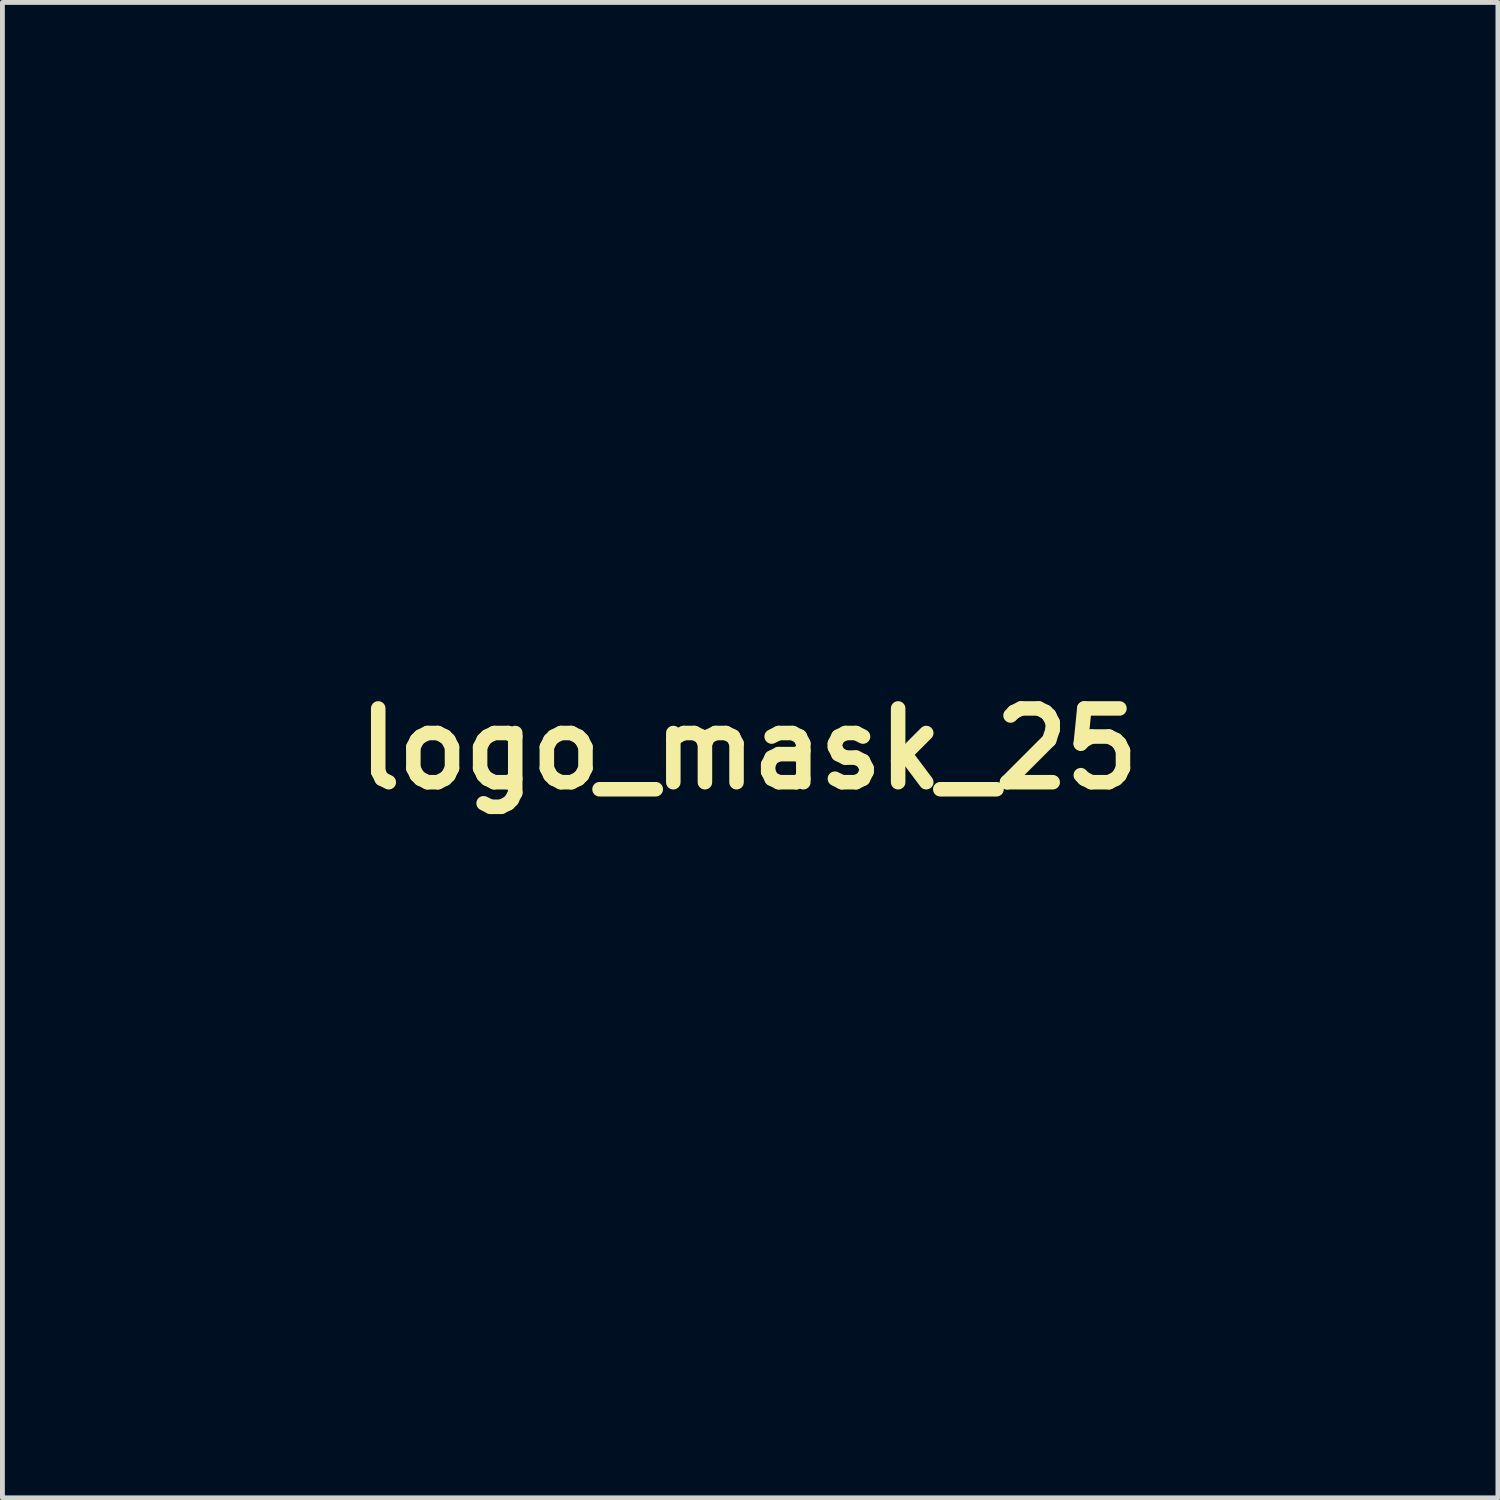
<source format=kicad_pcb>
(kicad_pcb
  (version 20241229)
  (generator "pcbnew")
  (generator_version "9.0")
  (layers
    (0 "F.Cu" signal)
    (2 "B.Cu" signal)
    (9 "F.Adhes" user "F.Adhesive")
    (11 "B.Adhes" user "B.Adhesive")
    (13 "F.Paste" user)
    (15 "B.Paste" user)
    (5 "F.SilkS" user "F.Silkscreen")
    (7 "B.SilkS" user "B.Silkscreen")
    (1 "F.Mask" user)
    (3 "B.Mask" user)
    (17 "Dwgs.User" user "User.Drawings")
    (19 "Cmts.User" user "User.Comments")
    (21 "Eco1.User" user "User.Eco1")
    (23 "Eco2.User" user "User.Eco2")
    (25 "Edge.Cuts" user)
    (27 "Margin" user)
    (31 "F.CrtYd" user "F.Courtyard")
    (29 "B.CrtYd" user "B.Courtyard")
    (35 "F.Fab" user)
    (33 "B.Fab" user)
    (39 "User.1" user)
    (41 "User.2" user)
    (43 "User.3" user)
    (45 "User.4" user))
  (footprint "logo_mask_25"
    (layer "F.Cu")
    (at 12.42 12.42)
    (property "Reference" "logo_mask_25" (at 0 0 0) (layer "F.SilkS") (effects (font (size 1.524 1.524) (thickness 0.3))))
    (attr through_hole)
    (fp_poly (pts (xy -2.279 -10.091) (xy -2.079 -9.944) (xy -1.967 -9.818) (xy -1.912 -9.699) (xy -1.895 -9.538) (xy -1.894 -9.46) (xy -1.894 -9.161) (xy -0.75 -8.021) (xy 4.093 -8.021) (xy 7.241 -4.875) (xy 7.241 -1.915) (xy 7.409 -1.754) (xy 7.575 -1.535) (xy 7.649 -1.302) (xy 7.642 -1.072) (xy 7.564 -0.861) (xy 7.429 -0.685) (xy 7.247 -0.559) (xy 7.03 -0.5) (xy 6.789 -0.523) (xy 6.583 -0.614) (xy 6.39 -0.791) (xy 6.281 -1.017) (xy 6.265 -1.203) (xy 6.708 -1.203) (xy 6.734 -1.126) (xy 6.792 -1.062) (xy 6.89 -0.973) (xy 6.963 -0.954) (xy 7.062 -0.996) (xy 7.078 -1.005) (xy 7.167 -1.102) (xy 7.181 -1.229) (xy 7.133 -1.351) (xy 7.036 -1.43) (xy 6.93 -1.439) (xy 6.829 -1.381) (xy 6.756 -1.299) (xy 6.708 -1.203) (xy 6.265 -1.203) (xy 6.26 -1.266) (xy 6.329 -1.512) (xy 6.459 -1.697) (xy 6.629 -1.871) (xy 6.629 -4.596) (xy 3.815 -7.408) (xy -1.032 -7.408) (xy -1.699 -8.077) (xy -1.958 -8.333) (xy -2.155 -8.518) (xy -2.301 -8.641) (xy -2.408 -8.712) (xy -2.491 -8.742) (xy -2.521 -8.745) (xy -2.795 -8.793) (xy -3.018 -8.921) (xy -3.18 -9.111) (xy -3.268 -9.341) (xy -3.269 -9.413) (xy -2.807 -9.413) (xy -2.783 -9.355) (xy -2.685 -9.271) (xy -2.549 -9.26) (xy -2.42 -9.318) (xy -2.373 -9.372) (xy -2.346 -9.499) (xy -2.411 -9.611) (xy -2.549 -9.677) (xy -2.578 -9.682) (xy -2.72 -9.654) (xy -2.802 -9.554) (xy -2.807 -9.413) (xy -3.269 -9.413) (xy -3.271 -9.593) (xy -3.176 -9.845) (xy -3.174 -9.849) (xy -2.997 -10.044) (xy -2.773 -10.15) (xy -2.526 -10.167) (xy -2.279 -10.091)) (stroke (width 0.01) (type solid)) (fill yes) (layer "F.Mask"))
    (fp_poly (pts (xy 0.985 -10.709) (xy 1.204 -10.595) (xy 1.342 -10.435) (xy 1.411 -10.305) (xy 4.54 -10.305) (xy 9.302 -5.542) (xy 9.302 -3.829) (xy 9.497 -3.613) (xy 9.624 -3.451) (xy 9.681 -3.305) (xy 9.692 -3.17) (xy 9.644 -2.9) (xy 9.511 -2.682) (xy 9.317 -2.529) (xy 9.079 -2.451) (xy 8.821 -2.462) (xy 8.621 -2.538) (xy 8.44 -2.693) (xy 8.333 -2.905) (xy 8.302 -3.146) (xy 8.302 -3.147) (xy 8.745 -3.147) (xy 8.79 -3.037) (xy 8.89 -2.938) (xy 8.996 -2.896) (xy 9.094 -2.933) (xy 9.159 -2.984) (xy 9.23 -3.087) (xy 9.246 -3.147) (xy 9.202 -3.257) (xy 9.101 -3.356) (xy 8.996 -3.398) (xy 8.886 -3.353) (xy 8.786 -3.253) (xy 8.745 -3.147) (xy 8.302 -3.147) (xy 8.346 -3.388) (xy 8.466 -3.605) (xy 8.589 -3.721) (xy 8.631 -3.764) (xy 8.659 -3.833) (xy 8.676 -3.947) (xy 8.686 -4.127) (xy 8.689 -4.392) (xy 8.689 -4.529) (xy 8.689 -5.264) (xy 6.489 -7.464) (xy 4.289 -9.664) (xy 2.863 -9.683) (xy 2.427 -9.689) (xy 2.088 -9.691) (xy 1.833 -9.69) (xy 1.648 -9.685) (xy 1.519 -9.674) (xy 1.432 -9.658) (xy 1.373 -9.634) (xy 1.33 -9.603) (xy 1.318 -9.593) (xy 1.092 -9.432) (xy 0.855 -9.363) (xy 0.75 -9.358) (xy 0.482 -9.407) (xy 0.267 -9.546) (xy 0.121 -9.759) (xy 0.057 -10.031) (xy 0.057 -10.05) (xy 0.501 -10.05) (xy 0.545 -9.944) (xy 0.645 -9.846) (xy 0.752 -9.804) (xy 0.85 -9.84) (xy 0.915 -9.891) (xy 0.986 -9.994) (xy 1.003 -10.054) (xy 0.962 -10.158) (xy 0.869 -10.257) (xy 0.77 -10.305) (xy 0.766 -10.305) (xy 0.668 -10.264) (xy 0.566 -10.171) (xy 0.505 -10.072) (xy 0.501 -10.05) (xy 0.057 -10.05) (xy 0.056 -10.083) (xy 0.069 -10.24) (xy 0.124 -10.365) (xy 0.243 -10.505) (xy 0.272 -10.534) (xy 0.419 -10.666) (xy 0.543 -10.731) (xy 0.691 -10.75) (xy 0.723 -10.75) (xy 0.985 -10.709)) (stroke (width 0.01) (type solid)) (fill yes) (layer "F.Mask"))
    (fp_poly (pts (xy 4.67 3.69) (xy 4.795 3.745) (xy 4.935 3.864) (xy 4.964 3.893) (xy 5.096 4.039) (xy 5.161 4.164) (xy 5.18 4.312) (xy 5.18 4.344) (xy 5.134 4.616) (xy 5.007 4.839) (xy 4.815 4.996) (xy 4.575 5.067) (xy 4.522 5.069) (xy 4.444 5.086) (xy 4.344 5.144) (xy 4.215 5.248) (xy 4.048 5.407) (xy 3.838 5.627) (xy 3.575 5.917) (xy 3.253 6.284) (xy 3.112 6.445) (xy 2.813 6.791) (xy 1.149 6.793) (xy -0.516 6.796) (xy -0.731 6.991) (xy -0.889 7.115) (xy -1.029 7.172) (xy -1.184 7.183) (xy -1.372 7.163) (xy -1.538 7.115) (xy -1.566 7.102) (xy -1.761 6.937) (xy -1.87 6.703) (xy -1.891 6.512) (xy -1.449 6.512) (xy -1.404 6.635) (xy -1.351 6.68) (xy -1.222 6.733) (xy -1.117 6.703) (xy -1.049 6.648) (xy -0.959 6.53) (xy -0.974 6.418) (xy -1.059 6.322) (xy -1.164 6.254) (xy -1.276 6.27) (xy -1.309 6.284) (xy -1.416 6.381) (xy -1.449 6.512) (xy -1.891 6.512) (xy -1.894 6.489) (xy -1.848 6.207) (xy -1.716 5.992) (xy -1.505 5.852) (xy -1.224 5.794) (xy -1.173 5.793) (xy -1.005 5.812) (xy -0.858 5.885) (xy -0.731 5.988) (xy -0.516 6.183) (xy 0.062 6.183) (xy 0.325 6.18) (xy 0.663 6.174) (xy 1.04 6.164) (xy 1.422 6.153) (xy 1.599 6.146) (xy 2.557 6.11) (xy 3.188 5.401) (xy 3.418 5.142) (xy 3.583 4.95) (xy 3.695 4.811) (xy 3.762 4.707) (xy 3.794 4.624) (xy 3.803 4.546) (xy 3.797 4.458) (xy 3.797 4.452) (xy 3.803 4.373) (xy 4.233 4.373) (xy 4.27 4.47) (xy 4.321 4.536) (xy 4.423 4.607) (xy 4.484 4.623) (xy 4.582 4.587) (xy 4.647 4.536) (xy 4.718 4.433) (xy 4.735 4.373) (xy 4.698 4.275) (xy 4.647 4.209) (xy 4.545 4.138) (xy 4.484 4.122) (xy 4.386 4.158) (xy 4.321 4.209) (xy 4.25 4.312) (xy 4.233 4.373) (xy 3.803 4.373) (xy 3.818 4.169) (xy 3.932 3.938) (xy 4.124 3.772) (xy 4.383 3.686) (xy 4.513 3.676) (xy 4.67 3.69)) (stroke (width 0.01) (type solid)) (fill yes) (layer "F.Mask"))
    (fp_poly (pts (xy 3.398 -3.146) (xy 3.398 -1.085) (xy 2.715 -0.403) (xy 2.032 0.279) (xy 1.129 0.279) (xy 0.792 0.279) (xy 0.549 0.283) (xy 0.383 0.292) (xy 0.278 0.308) (xy 0.216 0.332) (xy 0.18 0.368) (xy 0.167 0.389) (xy 0.041 0.524) (xy -0.156 0.623) (xy -0.384 0.668) (xy -0.418 0.668) (xy -0.696 0.621) (xy -0.911 0.486) (xy -1.053 0.274) (xy -1.113 -0.006) (xy -1.113 -0.028) (xy -0.668 -0.028) (xy -0.632 0.07) (xy -0.581 0.135) (xy -0.478 0.206) (xy -0.418 0.223) (xy -0.32 0.186) (xy -0.255 0.135) (xy -0.184 0.033) (xy -0.167 -0.028) (xy -0.204 -0.126) (xy -0.255 -0.191) (xy -0.357 -0.262) (xy -0.418 -0.279) (xy -0.516 -0.242) (xy -0.581 -0.191) (xy -0.652 -0.088) (xy -0.668 -0.028) (xy -1.113 -0.028) (xy -1.114 -0.059) (xy -1.1 -0.215) (xy -1.044 -0.341) (xy -0.924 -0.482) (xy -0.898 -0.508) (xy -0.755 -0.638) (xy -0.634 -0.702) (xy -0.487 -0.723) (xy -0.424 -0.724) (xy -0.247 -0.71) (xy -0.108 -0.653) (xy 0.046 -0.531) (xy 0.048 -0.529) (xy 0.264 -0.334) (xy 1.757 -0.334) (xy 2.785 -1.367) (xy 2.785 -2.871) (xy 2.269 -3.385) (xy 1.753 -3.899) (xy -1.98 -3.899) (xy -2.494 -3.383) (xy -3.008 -2.867) (xy -3.008 2.815) (xy -2.492 3.329) (xy -1.975 3.843) (xy 1.758 3.843) (xy 2.132 3.466) (xy 2.507 3.089) (xy 2.507 2.764) (xy 2.509 2.705) (xy 2.956 2.705) (xy 2.988 2.852) (xy 3.04 2.92) (xy 3.167 3) (xy 3.285 2.97) (xy 3.376 2.867) (xy 3.435 2.761) (xy 3.426 2.688) (xy 3.369 2.617) (xy 3.229 2.52) (xy 3.089 2.525) (xy 3.019 2.573) (xy 2.956 2.705) (xy 2.509 2.705) (xy 2.513 2.57) (xy 2.545 2.442) (xy 2.617 2.333) (xy 2.696 2.25) (xy 2.829 2.133) (xy 2.955 2.077) (xy 3.126 2.061) (xy 3.167 2.061) (xy 3.363 2.074) (xy 3.507 2.128) (xy 3.645 2.232) (xy 3.816 2.445) (xy 3.89 2.679) (xy 3.875 2.915) (xy 3.776 3.133) (xy 3.6 3.31) (xy 3.354 3.427) (xy 3.266 3.448) (xy 3.144 3.477) (xy 3.034 3.523) (xy 2.917 3.601) (xy 2.772 3.726) (xy 2.578 3.912) (xy 2.485 4.005) (xy 1.975 4.512) (xy -2.258 4.512) (xy -3.621 3.146) (xy -3.621 -3.149) (xy -2.254 -4.512) (xy 2.035 -4.512) (xy 3.398 -3.146)) (stroke (width 0.01) (type solid)) (fill yes) (layer "F.Mask"))
    (fp_poly (pts (xy 0.72 -12.405) (xy 1.886 -12.285) (xy 3.043 -12.055) (xy 3.977 -11.786) (xy 5.043 -11.377) (xy 6.062 -10.871) (xy 7.029 -10.273) (xy 7.937 -9.591) (xy 8.78 -8.829) (xy 9.551 -7.996) (xy 10.245 -7.096) (xy 10.854 -6.136) (xy 11.372 -5.123) (xy 11.794 -4.063) (xy 11.842 -3.921) (xy 12.161 -2.777) (xy 12.37 -1.62) (xy 12.47 -0.455) (xy 12.461 0.711) (xy 12.343 1.873) (xy 12.115 3.024) (xy 11.831 4.004) (xy 11.41 5.092) (xy 10.895 6.122) (xy 10.285 7.097) (xy 9.576 8.019) (xy 8.83 8.83) (xy 7.954 9.629) (xy 7.018 10.334) (xy 6.028 10.944) (xy 4.987 11.456) (xy 3.9 11.868) (xy 2.77 12.179) (xy 1.602 12.385) (xy 1.325 12.418) (xy 0.983 12.445) (xy 0.565 12.462) (xy 0.103 12.468) (xy -0.367 12.465) (xy -0.813 12.451) (xy -1.199 12.428) (xy -1.365 12.412) (xy -2.503 12.229) (xy -3.61 11.943) (xy -4.679 11.559) (xy -5.704 11.082) (xy -6.679 10.517) (xy -7.598 9.869) (xy -8.455 9.142) (xy -9.244 8.342) (xy -9.959 7.473) (xy -10.594 6.54) (xy -11.142 5.549) (xy -11.599 4.503) (xy -11.786 3.977) (xy -12.106 2.83) (xy -12.315 1.671) (xy -12.415 0.504) (xy -12.414 0.334) (xy -11.659 0.334) (xy -10.056 0.334) (xy -9.512 0.876) (xy -8.968 1.418) (xy -8.968 4.089) (xy -8.787 4.276) (xy -8.679 4.401) (xy -8.625 4.521) (xy -8.607 4.682) (xy -8.606 4.77) (xy -8.613 4.956) (xy -8.647 5.079) (xy -8.728 5.186) (xy -8.814 5.268) (xy -8.974 5.394) (xy -9.123 5.449) (xy -9.248 5.459) (xy -9.537 5.413) (xy -9.76 5.283) (xy -9.908 5.078) (xy -9.969 4.809) (xy -9.971 4.763) (xy -9.525 4.763) (xy -9.481 4.872) (xy -9.38 4.972) (xy -9.274 5.013) (xy -9.176 4.977) (xy -9.111 4.926) (xy -9.041 4.83) (xy -9.024 4.777) (xy -9.064 4.679) (xy -9.157 4.576) (xy -9.257 4.515) (xy -9.279 4.512) (xy -9.385 4.556) (xy -9.483 4.656) (xy -9.525 4.763) (xy -9.971 4.763) (xy -9.936 4.534) (xy -9.843 4.329) (xy -9.713 4.19) (xy -9.692 4.177) (xy -9.655 4.153) (xy -9.628 4.113) (xy -9.608 4.043) (xy -9.595 3.93) (xy -9.587 3.758) (xy -9.582 3.513) (xy -9.581 3.18) (xy -9.581 2.91) (xy -9.581 1.702) (xy -10.33 0.947) (xy -11.599 0.947) (xy -11.56 1.323) (xy -11.41 2.288) (xy -11.161 3.27) (xy -10.822 4.248) (xy -10.4 5.203) (xy -9.902 6.118) (xy -9.337 6.973) (xy -9.199 7.158) (xy -9.008 7.391) (xy -8.754 7.675) (xy -8.459 7.988) (xy -8.144 8.309) (xy -7.832 8.614) (xy -7.543 8.883) (xy -7.3 9.093) (xy -7.297 9.095) (xy -6.432 9.727) (xy -5.505 10.277) (xy -4.529 10.743) (xy -3.514 11.121) (xy -2.475 11.406) (xy -1.421 11.595) (xy -0.367 11.686) (xy 0.678 11.673) (xy 1.058 11.641) (xy 1.454 11.597) (xy 1.807 11.55) (xy 2.101 11.503) (xy 2.319 11.459) (xy 2.445 11.421) (xy 2.458 11.414) (xy 2.475 11.371) (xy 2.431 11.288) (xy 2.319 11.155) (xy 2.146 10.975) (xy 1.758 10.583) (xy -0.317 10.583) (xy -0.852 10.583) (xy -1.286 10.584) (xy -1.631 10.586) (xy -1.897 10.59) (xy -2.095 10.597) (xy -2.236 10.606) (xy -2.331 10.619) (xy -2.39 10.637) (xy -2.425 10.659) (xy -2.446 10.686) (xy -2.453 10.699) (xy -2.564 10.813) (xy -2.744 10.908) (xy -2.949 10.965) (xy -3.048 10.973) (xy -3.265 10.923) (xy -3.471 10.792) (xy -3.626 10.607) (xy -3.657 10.543) (xy -3.72 10.272) (xy -3.262 10.272) (xy -3.237 10.349) (xy -3.179 10.412) (xy -3.081 10.501) (xy -3.008 10.52) (xy -2.909 10.479) (xy -2.893 10.47) (xy -2.804 10.373) (xy -2.79 10.245) (xy -2.837 10.123) (xy -2.935 10.044) (xy -3.04 10.036) (xy -3.141 10.094) (xy -3.214 10.175) (xy -3.262 10.272) (xy -3.72 10.272) (xy -3.72 10.271) (xy -3.674 10.021) (xy -3.518 9.795) (xy -3.484 9.762) (xy -3.34 9.647) (xy -3.202 9.594) (xy -3.013 9.581) (xy -3.009 9.581) (xy -2.822 9.592) (xy -2.685 9.642) (xy -2.54 9.753) (xy -2.514 9.776) (xy -2.298 9.971) (xy 2.031 9.971) (xy 3.284 11.22) (xy 4.15 10.939) (xy 4.164 9.102) (xy 4.177 7.546) (xy 4.79 7.546) (xy 4.79 9.093) (xy 4.791 9.495) (xy 4.794 9.858) (xy 4.799 10.168) (xy 4.804 10.411) (xy 4.811 10.572) (xy 4.818 10.638) (xy 4.819 10.639) (xy 4.878 10.616) (xy 5.014 10.552) (xy 5.207 10.458) (xy 5.404 10.36) (xy 5.96 10.081) (xy 5.96 8.349) (xy 6.768 7.525) (xy 7.575 6.702) (xy 7.575 2.923) (xy 8.352 2.148) (xy 8.621 1.877) (xy 8.82 1.672) (xy 8.957 1.521) (xy 9.044 1.41) (xy 9.089 1.329) (xy 9.103 1.265) (xy 9.099 1.226) (xy 9.101 1.179) (xy 9.585 1.179) (xy 9.635 1.304) (xy 9.741 1.383) (xy 9.804 1.393) (xy 9.92 1.355) (xy 9.959 1.326) (xy 10.027 1.198) (xy 10.012 1.068) (xy 9.934 0.965) (xy 9.814 0.919) (xy 9.692 0.947) (xy 9.601 1.047) (xy 9.585 1.179) (xy 9.101 1.179) (xy 9.108 1.021) (xy 9.194 0.806) (xy 9.338 0.624) (xy 9.424 0.558) (xy 9.672 0.459) (xy 9.908 0.454) (xy 10.12 0.528) (xy 10.296 0.664) (xy 10.425 0.846) (xy 10.495 1.058) (xy 10.494 1.282) (xy 10.41 1.504) (xy 10.244 1.695) (xy 10.078 1.799) (xy 9.883 1.837) (xy 9.818 1.838) (xy 9.722 1.841) (xy 9.639 1.856) (xy 9.555 1.894) (xy 9.453 1.968) (xy 9.318 2.087) (xy 9.134 2.263) (xy 8.904 2.49) (xy 8.244 3.141) (xy 8.244 6.992) (xy 6.573 8.66) (xy 6.573 9.148) (xy 6.577 9.366) (xy 6.587 9.534) (xy 6.602 9.626) (xy 6.61 9.636) (xy 6.668 9.605) (xy 6.793 9.521) (xy 6.963 9.4) (xy 7.069 9.322) (xy 7.307 9.129) (xy 7.598 8.872) (xy 7.92 8.569) (xy 8.256 8.239) (xy 8.584 7.904) (xy 8.885 7.583) (xy 9.14 7.294) (xy 9.322 7.069) (xy 9.636 6.646) (xy 9.636 4.058) (xy 9.476 3.897) (xy 9.327 3.679) (xy 9.273 3.437) (xy 9.275 3.423) (xy 9.748 3.423) (xy 9.769 3.553) (xy 9.85 3.608) (xy 9.996 3.609) (xy 10.117 3.581) (xy 10.169 3.503) (xy 10.183 3.414) (xy 10.181 3.284) (xy 10.125 3.221) (xy 10.057 3.199) (xy 9.893 3.202) (xy 9.782 3.29) (xy 9.748 3.423) (xy 9.275 3.423) (xy 9.307 3.195) (xy 9.424 2.976) (xy 9.618 2.804) (xy 9.784 2.727) (xy 10.031 2.701) (xy 10.276 2.777) (xy 10.484 2.94) (xy 10.639 3.174) (xy 10.686 3.424) (xy 10.626 3.675) (xy 10.47 3.901) (xy 10.305 4.078) (xy 10.308 4.782) (xy 10.31 5.487) (xy 10.566 4.985) (xy 10.853 4.345) (xy 11.109 3.623) (xy 11.326 2.847) (xy 11.499 2.043) (xy 11.621 1.238) (xy 11.687 0.46) (xy 11.697 0.05) (xy 11.697 -0.39) (xy 9.441 -0.39) (xy 6.461 2.591) (xy 6.461 5.878) (xy 5.626 6.712) (xy 4.79 7.546) (xy 4.177 7.546) (xy 4.179 7.266) (xy 5.793 5.655) (xy 5.793 2.367) (xy 7.478 0.683) (xy 9.163 -1.001) (xy 10.388 -1.016) (xy 11.614 -1.03) (xy 11.596 -1.337) (xy 11.562 -1.666) (xy 11.493 -2.069) (xy 11.397 -2.519) (xy 11.28 -2.986) (xy 11.149 -3.441) (xy 11.059 -3.719) (xy 10.702 -4.628) (xy 10.262 -5.526) (xy 9.755 -6.383) (xy 9.197 -7.168) (xy 9.095 -7.297) (xy 8.886 -7.54) (xy 8.618 -7.828) (xy 8.313 -8.14) (xy 7.992 -8.455) (xy 7.679 -8.75) (xy 7.394 -9.005) (xy 7.16 -9.197) (xy 7.158 -9.199) (xy 6.246 -9.828) (xy 5.281 -10.368) (xy 4.272 -10.817) (xy 3.23 -11.171) (xy 2.165 -11.428) (xy 1.088 -11.583) (xy 0.01 -11.635) (xy -1.011 -11.585) (xy -1.974 -11.449) (xy -2.936 -11.235) (xy -3.866 -10.95) (xy -4.738 -10.603) (xy -5.069 -10.445) (xy -5.317 -10.32) (xy -5.533 -10.207) (xy -5.694 -10.12) (xy -5.779 -10.069) (xy -5.783 -10.066) (xy -5.784 -10.035) (xy -5.744 -9.968) (xy -5.66 -9.862) (xy -5.525 -9.709) (xy -5.335 -9.505) (xy -5.084 -9.245) (xy -4.768 -8.922) (xy -4.381 -8.532) (xy -4.001 -8.15) (xy -2.145 -6.294) (xy 2.868 -6.294) (xy 4.052 -5.111) (xy 5.236 -3.928) (xy 5.236 0.045) (xy 5.431 0.24) (xy 5.55 0.373) (xy 5.608 0.495) (xy 5.625 0.658) (xy 5.626 0.724) (xy 5.616 0.912) (xy 5.573 1.04) (xy 5.476 1.163) (xy 5.441 1.199) (xy 5.22 1.357) (xy 4.989 1.42) (xy 4.762 1.401) (xy 4.557 1.311) (xy 4.39 1.164) (xy 4.275 0.972) (xy 4.237 0.78) (xy 4.713 0.78) (xy 4.736 0.839) (xy 4.835 0.922) (xy 4.971 0.933) (xy 5.1 0.875) (xy 5.147 0.822) (xy 5.173 0.694) (xy 5.108 0.583) (xy 4.971 0.517) (xy 4.942 0.512) (xy 4.8 0.539) (xy 4.717 0.639) (xy 4.713 0.78) (xy 4.237 0.78) (xy 4.23 0.747) (xy 4.27 0.503) (xy 4.345 0.346) (xy 4.439 0.218) (xy 4.527 0.138) (xy 4.54 0.131) (xy 4.563 0.11) (xy 4.581 0.058) (xy 4.595 -0.035) (xy 4.606 -0.181) (xy 4.614 -0.39) (xy 4.619 -0.672) (xy 4.622 -1.038) (xy 4.623 -1.5) (xy 4.623 -1.775) (xy 4.623 -3.65) (xy 2.646 -5.613) (xy -2.423 -5.685) (xy -6.434 -9.691) (xy -6.921 -9.33) (xy -7.119 -9.18) (xy -7.278 -9.053) (xy -7.38 -8.963) (xy -7.408 -8.928) (xy -7.371 -8.88) (xy -7.264 -8.763) (xy -7.097 -8.587) (xy -6.88 -8.363) (xy -6.623 -8.099) (xy -6.336 -7.807) (xy -6.218 -7.688) (xy -5.027 -6.489) (xy -4.992 -2.674) (xy -4.986 -1.971) (xy -4.98 -1.253) (xy -4.975 -0.538) (xy -4.97 0.161) (xy -4.966 0.828) (xy -4.963 1.447) (xy -4.96 2.002) (xy -4.958 2.479) (xy -4.958 2.861) (xy -4.957 2.898) (xy -4.957 4.653) (xy -4.469 5.14) (xy -4.257 5.347) (xy -4.102 5.487) (xy -3.987 5.571) (xy -3.894 5.613) (xy -3.803 5.626) (xy -3.787 5.626) (xy -3.532 5.677) (xy -3.318 5.813) (xy -3.163 6.012) (xy -3.085 6.252) (xy -3.091 6.453) (xy -3.16 6.628) (xy -3.286 6.805) (xy -3.313 6.833) (xy -3.446 6.949) (xy -3.572 7.003) (xy -3.747 7.018) (xy -3.778 7.018) (xy -3.987 7.002) (xy -4.14 6.94) (xy -4.225 6.877) (xy -4.379 6.695) (xy -4.475 6.473) (xy -4.48 6.426) (xy -3.994 6.426) (xy -3.922 6.531) (xy -3.788 6.573) (xy -3.671 6.536) (xy -3.632 6.506) (xy -3.564 6.383) (xy -3.574 6.257) (xy -3.64 6.156) (xy -3.744 6.105) (xy -3.863 6.129) (xy -3.904 6.159) (xy -3.991 6.291) (xy -3.994 6.426) (xy -4.48 6.426) (xy -4.496 6.255) (xy -4.487 6.202) (xy -4.481 6.136) (xy -4.506 6.062) (xy -4.57 5.964) (xy -4.687 5.828) (xy -4.866 5.638) (xy -5.005 5.495) (xy -5.559 4.93) (xy -5.597 2.312) (xy -5.635 -0.306) (xy -6.814 -1.49) (xy -7.992 -2.674) (xy -8.263 -2.674) (xy -8.447 -2.686) (xy -8.579 -2.739) (xy -8.715 -2.856) (xy -8.723 -2.863) (xy -8.845 -3.004) (xy -8.9 -3.137) (xy -8.912 -3.311) (xy -8.909 -3.349) (xy -8.467 -3.349) (xy -8.423 -3.211) (xy -8.314 -3.135) (xy -8.176 -3.134) (xy -8.053 -3.207) (xy -7.983 -3.298) (xy -7.965 -3.346) (xy -8.004 -3.425) (xy -8.094 -3.524) (xy -8.191 -3.602) (xy -8.24 -3.621) (xy -8.334 -3.576) (xy -8.423 -3.472) (xy -8.466 -3.358) (xy -8.467 -3.349) (xy -8.909 -3.349) (xy -8.894 -3.508) (xy -8.85 -3.684) (xy -8.831 -3.727) (xy -8.702 -3.877) (xy -8.506 -3.997) (xy -8.289 -4.061) (xy -8.219 -4.066) (xy -7.974 -4.015) (xy -7.764 -3.874) (xy -7.608 -3.667) (xy -7.527 -3.415) (xy -7.52 -3.314) (xy -7.517 -3.24) (xy -7.501 -3.171) (xy -7.463 -3.093) (xy -7.394 -2.997) (xy -7.284 -2.87) (xy -7.124 -2.701) (xy -6.906 -2.478) (xy -6.618 -2.19) (xy -6.573 -2.145) (xy -5.626 -1.199) (xy -5.626 -6.212) (xy -6.767 -7.352) (xy -7.909 -8.493) (xy -8.355 -8.049) (xy -8.801 -7.605) (xy -8.036 -6.839) (xy -7.748 -6.554) (xy -7.527 -6.345) (xy -7.364 -6.204) (xy -7.252 -6.125) (xy -7.183 -6.102) (xy -7.172 -6.104) (xy -7.01 -6.106) (xy -6.816 -6.041) (xy -6.633 -5.925) (xy -6.547 -5.841) (xy -6.45 -5.691) (xy -6.41 -5.516) (xy -6.406 -5.398) (xy -6.419 -5.207) (xy -6.474 -5.068) (xy -6.587 -4.927) (xy -6.802 -4.762) (xy -7.035 -4.694) (xy -7.267 -4.713) (xy -7.479 -4.811) (xy -7.651 -4.98) (xy -7.763 -5.212) (xy -7.782 -5.347) (xy -7.319 -5.347) (xy -7.295 -5.288) (xy -7.197 -5.205) (xy -7.061 -5.194) (xy -6.932 -5.252) (xy -6.885 -5.306) (xy -6.858 -5.433) (xy -6.923 -5.544) (xy -7.061 -5.611) (xy -7.09 -5.615) (xy -7.231 -5.588) (xy -7.314 -5.488) (xy -7.319 -5.347) (xy -7.782 -5.347) (xy -7.798 -5.458) (xy -7.801 -5.551) (xy -7.816 -5.632) (xy -7.855 -5.715) (xy -7.928 -5.816) (xy -8.046 -5.949) (xy -8.221 -6.131) (xy -8.464 -6.375) (xy -8.48 -6.391) (xy -8.704 -6.614) (xy -8.902 -6.806) (xy -9.06 -6.955) (xy -9.165 -7.049) (xy -9.201 -7.074) (xy -9.255 -7.028) (xy -9.354 -6.901) (xy -9.487 -6.709) (xy -9.643 -6.469) (xy -9.813 -6.196) (xy -9.987 -5.907) (xy -10.153 -5.618) (xy -10.303 -5.345) (xy -10.391 -5.175) (xy -10.57 -4.796) (xy -10.747 -4.38) (xy -10.916 -3.946) (xy -11.071 -3.513) (xy -11.205 -3.099) (xy -11.311 -2.725) (xy -11.384 -2.408) (xy -11.417 -2.17) (xy -11.418 -2.131) (xy -11.419 -2.005) (xy -10.263 -2.004) (xy -9.107 -2.004) (xy -7.13 -0.147) (xy -7.13 6.377) (xy -6.086 7.422) (xy -5.042 8.467) (xy 0.956 8.467) (xy 1.116 8.306) (xy 1.334 8.157) (xy 1.576 8.103) (xy 1.818 8.138) (xy 2.037 8.255) (xy 2.209 8.448) (xy 2.286 8.614) (xy 2.313 8.862) (xy 2.236 9.106) (xy 2.074 9.315) (xy 1.839 9.469) (xy 1.59 9.516) (xy 1.339 9.456) (xy 1.112 9.3) (xy 0.935 9.135) (xy -5.263 9.135) (xy -5.524 8.874) (xy 1.4 8.874) (xy 1.416 8.948) (xy 1.489 9.007) (xy 1.61 9.01) (xy 1.734 8.965) (xy 1.804 8.898) (xy 1.833 8.771) (xy 1.77 8.667) (xy 1.635 8.61) (xy 1.581 8.606) (xy 1.458 8.627) (xy 1.407 8.707) (xy 1.402 8.735) (xy 1.4 8.874) (xy -5.524 8.874) (xy -6.531 7.868) (xy -7.798 6.602) (xy -7.804 0.084) (xy -9.386 -1.391) (xy -10.452 -1.392) (xy -10.828 -1.391) (xy -11.108 -1.387) (xy -11.305 -1.379) (xy -11.433 -1.366) (xy -11.509 -1.346) (xy -11.545 -1.319) (xy -11.551 -1.306) (xy -11.566 -1.221) (xy -11.583 -1.048) (xy -11.601 -0.809) (xy -11.617 -0.528) (xy -11.622 -0.443) (xy -11.659 0.334) (xy -12.414 0.334) (xy -12.405 -0.665) (xy -12.285 -1.83) (xy -12.055 -2.988) (xy -11.786 -3.921) (xy -11.377 -4.987) (xy -10.871 -6.007) (xy -10.273 -6.974) (xy -9.591 -7.882) (xy -8.829 -8.724) (xy -7.996 -9.496) (xy -7.096 -10.189) (xy -6.136 -10.798) (xy -5.123 -11.316) (xy -4.063 -11.738) (xy -3.921 -11.786) (xy -2.775 -12.106) (xy -1.615 -12.315) (xy -0.449 -12.415) (xy 0.72 -12.405)) (stroke (width 0.01) (type solid)) (fill yes) (layer "F.Mask")))
  (gr_rect
    (start -3 -3)
    (end 27.895 27.893)
    (stroke (width 0.1) (type default))
    (fill no)
    (layer "Edge.Cuts")))
</source>
